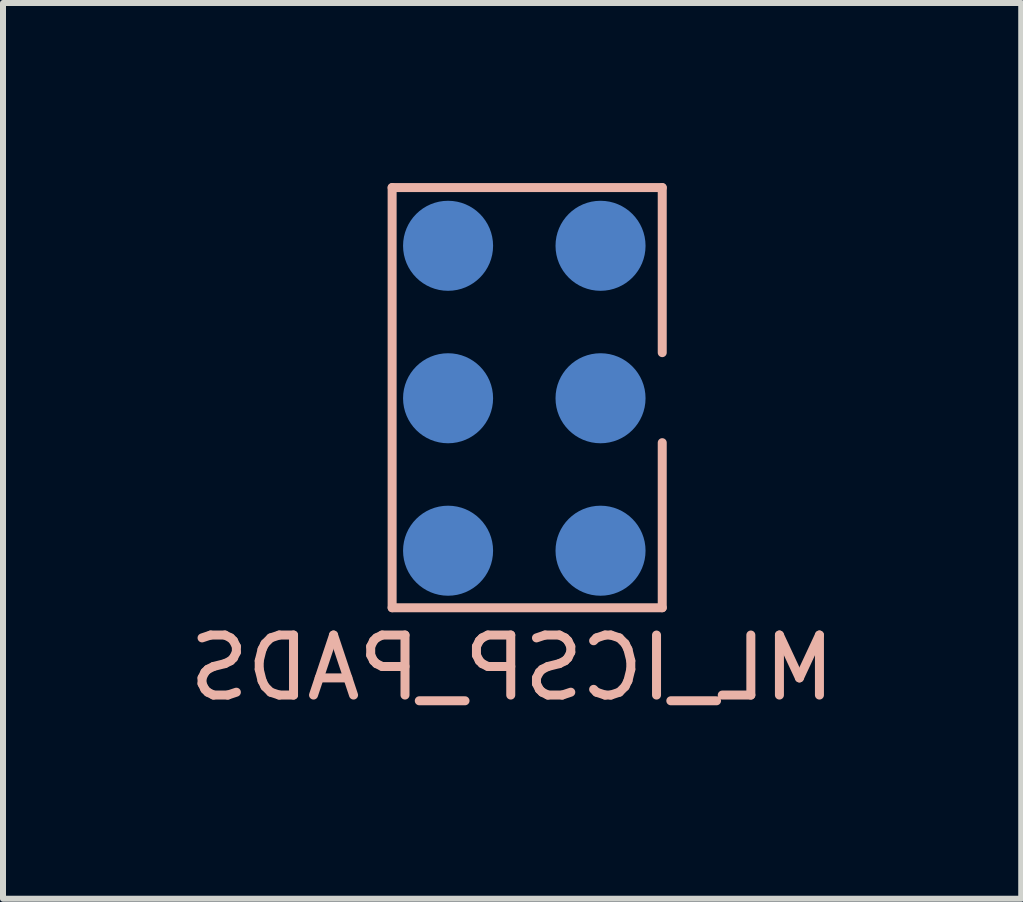
<source format=kicad_pcb>
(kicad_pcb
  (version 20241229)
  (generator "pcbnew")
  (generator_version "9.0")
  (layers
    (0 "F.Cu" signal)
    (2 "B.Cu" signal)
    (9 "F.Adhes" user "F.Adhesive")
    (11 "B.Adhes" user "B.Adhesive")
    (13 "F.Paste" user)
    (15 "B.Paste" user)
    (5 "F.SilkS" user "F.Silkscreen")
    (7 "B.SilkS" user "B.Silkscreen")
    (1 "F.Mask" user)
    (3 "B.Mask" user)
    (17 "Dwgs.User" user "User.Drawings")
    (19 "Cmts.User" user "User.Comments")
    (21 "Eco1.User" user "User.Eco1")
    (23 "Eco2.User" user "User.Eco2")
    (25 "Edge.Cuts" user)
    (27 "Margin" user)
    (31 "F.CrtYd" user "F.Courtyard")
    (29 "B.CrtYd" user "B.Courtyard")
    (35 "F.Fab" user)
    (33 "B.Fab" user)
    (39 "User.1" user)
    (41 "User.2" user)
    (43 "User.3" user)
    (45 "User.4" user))
  (footprint "ML_ICSP_PADS"
    (layer "F.Cu")
    (at 4.415 1.045)
    (property "Reference" "ML_ICSP_PADS" (at 1.068 7.03 0) (layer "B.SilkS") (effects (font (size 1 1) (thickness 0.15)) (justify mirror)))
    (attr through_hole)
    (fp_line (start -0.932 -0.97) (end -0.932 6.03) (stroke (width 0.15) (type solid)) (layer "B.SilkS"))
    (fp_line (start -0.932 6.03) (end 3.568 6.03) (stroke (width 0.15) (type solid)) (layer "B.SilkS"))
    (fp_line (start 3.568 -0.97) (end -0.932 -0.97) (stroke (width 0.15) (type solid)) (layer "B.SilkS"))
    (fp_line (start 3.568 1.78) (end 3.568 -0.97) (stroke (width 0.15) (type solid)) (layer "B.SilkS"))
    (fp_line (start 3.568 6.03) (end 3.568 3.28) (stroke (width 0.15) (type solid)) (layer "B.SilkS"))
    (pad "1" smd circle (at 2.54 0) (size 1.5 1.5) (layers "B.Cu" "B.Mask"))
    (pad "2" smd circle (at 0 0) (size 1.5 1.5) (layers "B.Cu" "B.Mask"))
    (pad "3" smd circle (at 2.54 2.54) (size 1.5 1.5) (layers "B.Cu" "B.Mask"))
    (pad "4" smd circle (at 0 2.54) (size 1.5 1.5) (layers "B.Cu" "B.Mask"))
    (pad "5" smd circle (at 2.54 5.08) (size 1.5 1.5) (layers "B.Cu" "B.Mask"))
    (pad "6" smd circle (at 0 5.08) (size 1.5 1.5) (layers "B.Cu" "B.Mask")))
  (gr_rect
    (start -3 -3)
    (end 13.964 11.923)
    (stroke (width 0.1) (type default))
    (fill no)
    (layer "Edge.Cuts")))
</source>
